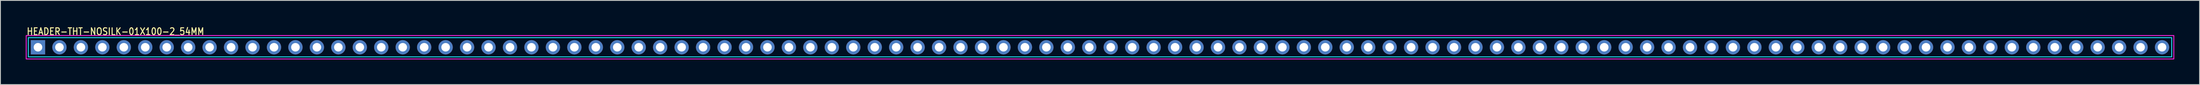
<source format=kicad_pcb>
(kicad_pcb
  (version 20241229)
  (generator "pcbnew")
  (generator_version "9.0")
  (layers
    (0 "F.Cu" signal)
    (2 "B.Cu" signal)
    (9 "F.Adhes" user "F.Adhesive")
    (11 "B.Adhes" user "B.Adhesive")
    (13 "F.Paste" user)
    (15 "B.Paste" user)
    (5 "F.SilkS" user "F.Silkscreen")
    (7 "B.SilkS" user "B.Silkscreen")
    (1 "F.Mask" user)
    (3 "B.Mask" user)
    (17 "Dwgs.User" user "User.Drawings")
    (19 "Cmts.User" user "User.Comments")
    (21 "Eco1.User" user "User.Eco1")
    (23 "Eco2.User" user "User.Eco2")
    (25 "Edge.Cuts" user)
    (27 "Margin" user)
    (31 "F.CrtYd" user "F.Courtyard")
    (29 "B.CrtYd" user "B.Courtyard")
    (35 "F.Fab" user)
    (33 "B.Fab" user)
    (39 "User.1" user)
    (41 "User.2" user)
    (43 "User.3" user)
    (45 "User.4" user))
  (footprint "HEADER-THT-NOSILK-01X100-2_54MM"
    (layer "F.Cu")
    (at 1.447 2.579)
    (property "Reference" "HEADER-THT-NOSILK-01X100-2_54MM" (at -1.4 -1.4 0) (unlocked yes) (layer "F.SilkS") (effects (font (size 0.813 0.695) (thickness 0.122)) (justify left bottom)))
    (fp_poly (pts (xy -1.143 -1.143) (xy 252.603 -1.143) (xy 252.603 1.143) (xy -1.143 1.143)) (stroke (width 0.1) (type solid)) (fill no) (layer "B.CrtYd"))
    (fp_poly (pts (xy -1.397 -1.397) (xy 252.857 -1.397) (xy 252.857 1.397) (xy -1.397 1.397)) (stroke (width 0.1) (type solid)) (fill no) (layer "F.CrtYd"))
    (pad "1" thru_hole rect (at 0 0) (size 1.693 1.693) (drill 1.016) (layers "*.Cu" "*.Mask"))
    (pad "2" thru_hole oval (at 2.54 0) (size 1.693 1.693) (drill 1.016) (layers "*.Cu" "*.Mask"))
    (pad "3" thru_hole oval (at 5.08 0) (size 1.693 1.693) (drill 1.016) (layers "*.Cu" "*.Mask"))
    (pad "4" thru_hole oval (at 7.62 0) (size 1.693 1.693) (drill 1.016) (layers "*.Cu" "*.Mask"))
    (pad "5" thru_hole oval (at 10.16 0) (size 1.693 1.693) (drill 1.016) (layers "*.Cu" "*.Mask"))
    (pad "6" thru_hole oval (at 12.7 0) (size 1.693 1.693) (drill 1.016) (layers "*.Cu" "*.Mask"))
    (pad "7" thru_hole oval (at 15.24 0) (size 1.693 1.693) (drill 1.016) (layers "*.Cu" "*.Mask"))
    (pad "8" thru_hole oval (at 17.78 0) (size 1.693 1.693) (drill 1.016) (layers "*.Cu" "*.Mask"))
    (pad "9" thru_hole oval (at 20.32 0) (size 1.693 1.693) (drill 1.016) (layers "*.Cu" "*.Mask"))
    (pad "10" thru_hole oval (at 22.86 0) (size 1.693 1.693) (drill 1.016) (layers "*.Cu" "*.Mask"))
    (pad "11" thru_hole oval (at 25.4 0) (size 1.693 1.693) (drill 1.016) (layers "*.Cu" "*.Mask"))
    (pad "12" thru_hole oval (at 27.94 0) (size 1.693 1.693) (drill 1.016) (layers "*.Cu" "*.Mask"))
    (pad "13" thru_hole oval (at 30.48 0) (size 1.693 1.693) (drill 1.016) (layers "*.Cu" "*.Mask"))
    (pad "14" thru_hole oval (at 33.02 0) (size 1.693 1.693) (drill 1.016) (layers "*.Cu" "*.Mask"))
    (pad "15" thru_hole oval (at 35.56 0) (size 1.693 1.693) (drill 1.016) (layers "*.Cu" "*.Mask"))
    (pad "16" thru_hole oval (at 38.1 0) (size 1.693 1.693) (drill 1.016) (layers "*.Cu" "*.Mask"))
    (pad "17" thru_hole oval (at 40.64 0) (size 1.693 1.693) (drill 1.016) (layers "*.Cu" "*.Mask"))
    (pad "18" thru_hole oval (at 43.18 0) (size 1.693 1.693) (drill 1.016) (layers "*.Cu" "*.Mask"))
    (pad "19" thru_hole oval (at 45.72 0) (size 1.693 1.693) (drill 1.016) (layers "*.Cu" "*.Mask"))
    (pad "20" thru_hole oval (at 48.26 0) (size 1.693 1.693) (drill 1.016) (layers "*.Cu" "*.Mask"))
    (pad "21" thru_hole oval (at 50.8 0) (size 1.693 1.693) (drill 1.016) (layers "*.Cu" "*.Mask"))
    (pad "22" thru_hole oval (at 53.34 0) (size 1.693 1.693) (drill 1.016) (layers "*.Cu" "*.Mask"))
    (pad "23" thru_hole oval (at 55.88 0) (size 1.693 1.693) (drill 1.016) (layers "*.Cu" "*.Mask"))
    (pad "24" thru_hole oval (at 58.42 0) (size 1.693 1.693) (drill 1.016) (layers "*.Cu" "*.Mask"))
    (pad "25" thru_hole oval (at 60.96 0) (size 1.693 1.693) (drill 1.016) (layers "*.Cu" "*.Mask"))
    (pad "26" thru_hole oval (at 63.5 0) (size 1.693 1.693) (drill 1.016) (layers "*.Cu" "*.Mask"))
    (pad "27" thru_hole oval (at 66.04 0) (size 1.693 1.693) (drill 1.016) (layers "*.Cu" "*.Mask"))
    (pad "28" thru_hole oval (at 68.58 0) (size 1.693 1.693) (drill 1.016) (layers "*.Cu" "*.Mask"))
    (pad "29" thru_hole oval (at 71.12 0) (size 1.693 1.693) (drill 1.016) (layers "*.Cu" "*.Mask"))
    (pad "30" thru_hole oval (at 73.66 0) (size 1.693 1.693) (drill 1.016) (layers "*.Cu" "*.Mask"))
    (pad "31" thru_hole oval (at 76.2 0) (size 1.693 1.693) (drill 1.016) (layers "*.Cu" "*.Mask"))
    (pad "32" thru_hole oval (at 78.74 0) (size 1.693 1.693) (drill 1.016) (layers "*.Cu" "*.Mask"))
    (pad "33" thru_hole oval (at 81.28 0) (size 1.693 1.693) (drill 1.016) (layers "*.Cu" "*.Mask"))
    (pad "34" thru_hole oval (at 83.82 0) (size 1.693 1.693) (drill 1.016) (layers "*.Cu" "*.Mask"))
    (pad "35" thru_hole oval (at 86.36 0) (size 1.693 1.693) (drill 1.016) (layers "*.Cu" "*.Mask"))
    (pad "36" thru_hole oval (at 88.9 0) (size 1.693 1.693) (drill 1.016) (layers "*.Cu" "*.Mask"))
    (pad "37" thru_hole oval (at 91.44 0) (size 1.693 1.693) (drill 1.016) (layers "*.Cu" "*.Mask"))
    (pad "38" thru_hole oval (at 93.98 0) (size 1.693 1.693) (drill 1.016) (layers "*.Cu" "*.Mask"))
    (pad "39" thru_hole oval (at 96.52 0) (size 1.693 1.693) (drill 1.016) (layers "*.Cu" "*.Mask"))
    (pad "40" thru_hole oval (at 99.06 0) (size 1.693 1.693) (drill 1.016) (layers "*.Cu" "*.Mask"))
    (pad "41" thru_hole oval (at 101.6 0) (size 1.693 1.693) (drill 1.016) (layers "*.Cu" "*.Mask"))
    (pad "42" thru_hole oval (at 104.14 0) (size 1.693 1.693) (drill 1.016) (layers "*.Cu" "*.Mask"))
    (pad "43" thru_hole oval (at 106.68 0) (size 1.693 1.693) (drill 1.016) (layers "*.Cu" "*.Mask"))
    (pad "44" thru_hole oval (at 109.22 0) (size 1.693 1.693) (drill 1.016) (layers "*.Cu" "*.Mask"))
    (pad "45" thru_hole oval (at 111.76 0) (size 1.693 1.693) (drill 1.016) (layers "*.Cu" "*.Mask"))
    (pad "46" thru_hole oval (at 114.3 0) (size 1.693 1.693) (drill 1.016) (layers "*.Cu" "*.Mask"))
    (pad "47" thru_hole oval (at 116.84 0) (size 1.693 1.693) (drill 1.016) (layers "*.Cu" "*.Mask"))
    (pad "48" thru_hole oval (at 119.38 0) (size 1.693 1.693) (drill 1.016) (layers "*.Cu" "*.Mask"))
    (pad "49" thru_hole oval (at 121.92 0) (size 1.693 1.693) (drill 1.016) (layers "*.Cu" "*.Mask"))
    (pad "50" thru_hole oval (at 124.46 0) (size 1.693 1.693) (drill 1.016) (layers "*.Cu" "*.Mask"))
    (pad "51" thru_hole oval (at 127 0) (size 1.693 1.693) (drill 1.016) (layers "*.Cu" "*.Mask"))
    (pad "52" thru_hole oval (at 129.54 0) (size 1.693 1.693) (drill 1.016) (layers "*.Cu" "*.Mask"))
    (pad "53" thru_hole oval (at 132.08 0) (size 1.693 1.693) (drill 1.016) (layers "*.Cu" "*.Mask"))
    (pad "54" thru_hole oval (at 134.62 0) (size 1.693 1.693) (drill 1.016) (layers "*.Cu" "*.Mask"))
    (pad "55" thru_hole oval (at 137.16 0) (size 1.693 1.693) (drill 1.016) (layers "*.Cu" "*.Mask"))
    (pad "56" thru_hole oval (at 139.7 0) (size 1.693 1.693) (drill 1.016) (layers "*.Cu" "*.Mask"))
    (pad "57" thru_hole oval (at 142.24 0) (size 1.693 1.693) (drill 1.016) (layers "*.Cu" "*.Mask"))
    (pad "58" thru_hole oval (at 144.78 0) (size 1.693 1.693) (drill 1.016) (layers "*.Cu" "*.Mask"))
    (pad "59" thru_hole oval (at 147.32 0) (size 1.693 1.693) (drill 1.016) (layers "*.Cu" "*.Mask"))
    (pad "60" thru_hole oval (at 149.86 0) (size 1.693 1.693) (drill 1.016) (layers "*.Cu" "*.Mask"))
    (pad "61" thru_hole oval (at 152.4 0) (size 1.693 1.693) (drill 1.016) (layers "*.Cu" "*.Mask"))
    (pad "62" thru_hole oval (at 154.94 0) (size 1.693 1.693) (drill 1.016) (layers "*.Cu" "*.Mask"))
    (pad "63" thru_hole oval (at 157.48 0) (size 1.693 1.693) (drill 1.016) (layers "*.Cu" "*.Mask"))
    (pad "64" thru_hole oval (at 160.02 0) (size 1.693 1.693) (drill 1.016) (layers "*.Cu" "*.Mask"))
    (pad "65" thru_hole oval (at 162.56 0) (size 1.693 1.693) (drill 1.016) (layers "*.Cu" "*.Mask"))
    (pad "66" thru_hole oval (at 165.1 0) (size 1.693 1.693) (drill 1.016) (layers "*.Cu" "*.Mask"))
    (pad "67" thru_hole oval (at 167.64 0) (size 1.693 1.693) (drill 1.016) (layers "*.Cu" "*.Mask"))
    (pad "68" thru_hole oval (at 170.18 0) (size 1.693 1.693) (drill 1.016) (layers "*.Cu" "*.Mask"))
    (pad "69" thru_hole oval (at 172.72 0) (size 1.693 1.693) (drill 1.016) (layers "*.Cu" "*.Mask"))
    (pad "70" thru_hole oval (at 175.26 0) (size 1.693 1.693) (drill 1.016) (layers "*.Cu" "*.Mask"))
    (pad "71" thru_hole oval (at 177.8 0) (size 1.693 1.693) (drill 1.016) (layers "*.Cu" "*.Mask"))
    (pad "72" thru_hole oval (at 180.34 0) (size 1.693 1.693) (drill 1.016) (layers "*.Cu" "*.Mask"))
    (pad "73" thru_hole oval (at 182.88 0) (size 1.693 1.693) (drill 1.016) (layers "*.Cu" "*.Mask"))
    (pad "74" thru_hole oval (at 185.42 0) (size 1.693 1.693) (drill 1.016) (layers "*.Cu" "*.Mask"))
    (pad "75" thru_hole oval (at 187.96 0) (size 1.693 1.693) (drill 1.016) (layers "*.Cu" "*.Mask"))
    (pad "76" thru_hole oval (at 190.5 0) (size 1.693 1.693) (drill 1.016) (layers "*.Cu" "*.Mask"))
    (pad "77" thru_hole oval (at 193.04 0) (size 1.693 1.693) (drill 1.016) (layers "*.Cu" "*.Mask"))
    (pad "78" thru_hole oval (at 195.58 0) (size 1.693 1.693) (drill 1.016) (layers "*.Cu" "*.Mask"))
    (pad "79" thru_hole oval (at 198.12 0) (size 1.693 1.693) (drill 1.016) (layers "*.Cu" "*.Mask"))
    (pad "80" thru_hole oval (at 200.66 0) (size 1.693 1.693) (drill 1.016) (layers "*.Cu" "*.Mask"))
    (pad "81" thru_hole oval (at 203.2 0) (size 1.693 1.693) (drill 1.016) (layers "*.Cu" "*.Mask"))
    (pad "82" thru_hole oval (at 205.74 0) (size 1.693 1.693) (drill 1.016) (layers "*.Cu" "*.Mask"))
    (pad "83" thru_hole oval (at 208.28 0) (size 1.693 1.693) (drill 1.016) (layers "*.Cu" "*.Mask"))
    (pad "84" thru_hole oval (at 210.82 0) (size 1.693 1.693) (drill 1.016) (layers "*.Cu" "*.Mask"))
    (pad "85" thru_hole oval (at 213.36 0) (size 1.693 1.693) (drill 1.016) (layers "*.Cu" "*.Mask"))
    (pad "86" thru_hole oval (at 215.9 0) (size 1.693 1.693) (drill 1.016) (layers "*.Cu" "*.Mask"))
    (pad "87" thru_hole oval (at 218.44 0) (size 1.693 1.693) (drill 1.016) (layers "*.Cu" "*.Mask"))
    (pad "88" thru_hole oval (at 220.98 0) (size 1.693 1.693) (drill 1.016) (layers "*.Cu" "*.Mask"))
    (pad "89" thru_hole oval (at 223.52 0) (size 1.693 1.693) (drill 1.016) (layers "*.Cu" "*.Mask"))
    (pad "90" thru_hole oval (at 226.06 0) (size 1.693 1.693) (drill 1.016) (layers "*.Cu" "*.Mask"))
    (pad "91" thru_hole oval (at 228.6 0) (size 1.693 1.693) (drill 1.016) (layers "*.Cu" "*.Mask"))
    (pad "92" thru_hole oval (at 231.14 0) (size 1.693 1.693) (drill 1.016) (layers "*.Cu" "*.Mask"))
    (pad "93" thru_hole oval (at 233.68 0) (size 1.693 1.693) (drill 1.016) (layers "*.Cu" "*.Mask"))
    (pad "94" thru_hole oval (at 236.22 0) (size 1.693 1.693) (drill 1.016) (layers "*.Cu" "*.Mask"))
    (pad "95" thru_hole oval (at 238.76 0) (size 1.693 1.693) (drill 1.016) (layers "*.Cu" "*.Mask"))
    (pad "96" thru_hole oval (at 241.3 0) (size 1.693 1.693) (drill 1.016) (layers "*.Cu" "*.Mask"))
    (pad "97" thru_hole oval (at 243.84 0) (size 1.693 1.693) (drill 1.016) (layers "*.Cu" "*.Mask"))
    (pad "98" thru_hole oval (at 246.38 0) (size 1.693 1.693) (drill 1.016) (layers "*.Cu" "*.Mask"))
    (pad "99" thru_hole oval (at 248.92 0) (size 1.693 1.693) (drill 1.016) (layers "*.Cu" "*.Mask"))
    (pad "100" thru_hole oval (at 251.46 0) (size 1.693 1.693) (drill 1.016) (layers "*.Cu" "*.Mask")))
  (gr_rect
    (start -3 -3)
    (end 257.354 7.026)
    (stroke (width 0.1) (type default))
    (fill no)
    (layer "Edge.Cuts")))
</source>
